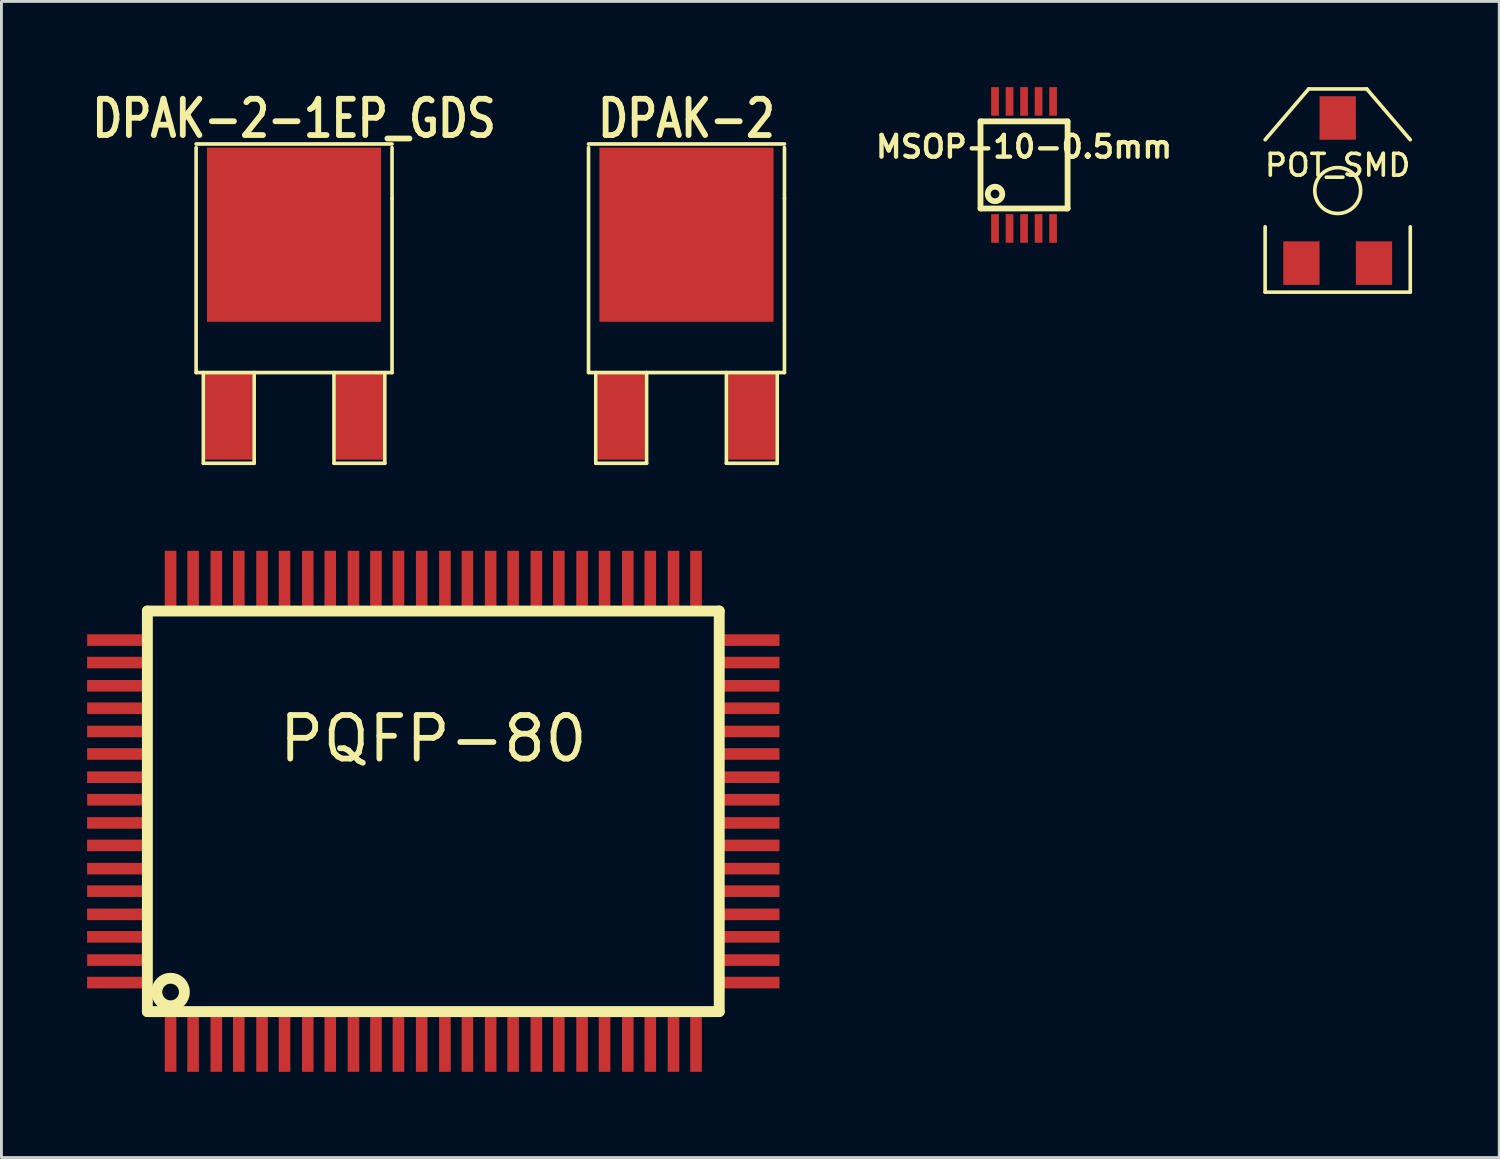
<source format=kicad_pcb>
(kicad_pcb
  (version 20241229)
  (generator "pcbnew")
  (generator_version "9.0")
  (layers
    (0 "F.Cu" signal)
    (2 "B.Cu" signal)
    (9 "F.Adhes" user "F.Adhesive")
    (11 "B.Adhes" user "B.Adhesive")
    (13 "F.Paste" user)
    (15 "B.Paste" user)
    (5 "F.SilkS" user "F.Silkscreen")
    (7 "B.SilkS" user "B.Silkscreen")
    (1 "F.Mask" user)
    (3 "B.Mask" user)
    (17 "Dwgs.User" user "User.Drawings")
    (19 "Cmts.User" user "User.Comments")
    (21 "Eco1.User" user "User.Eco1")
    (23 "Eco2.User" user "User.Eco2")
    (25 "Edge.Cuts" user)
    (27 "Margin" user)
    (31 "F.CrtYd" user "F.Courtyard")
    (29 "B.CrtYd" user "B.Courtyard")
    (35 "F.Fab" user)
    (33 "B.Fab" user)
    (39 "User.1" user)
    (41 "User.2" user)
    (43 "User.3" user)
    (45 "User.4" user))
  (footprint "DPAK-2-1EP_GDS"
    (layer "F.Cu")
    (at 7.243 11.514)
    (property "Reference" "DPAK-2-1EP_GDS" (at 0 -10.414 0) (layer "F.SilkS") (effects (font (size 1.27 1.016) (thickness 0.203))))
    (attr smd)
    (fp_line (start -3.429 -9.525) (end 3.429 -9.525) (stroke (width 0.127) (type solid)) (layer "F.SilkS"))
    (fp_line (start -3.429 -1.524) (end -3.429 -9.398) (stroke (width 0.127) (type solid)) (layer "F.SilkS"))
    (fp_line (start -3.175 -1.524) (end -3.175 1.651) (stroke (width 0.127) (type solid)) (layer "F.SilkS"))
    (fp_line (start -3.175 1.651) (end -1.397 1.651) (stroke (width 0.127) (type solid)) (layer "F.SilkS"))
    (fp_line (start -1.397 1.651) (end -1.397 -1.524) (stroke (width 0.127) (type solid)) (layer "F.SilkS"))
    (fp_line (start 1.397 -1.524) (end 1.397 1.651) (stroke (width 0.127) (type solid)) (layer "F.SilkS"))
    (fp_line (start 1.397 1.651) (end 3.175 1.651) (stroke (width 0.127) (type solid)) (layer "F.SilkS"))
    (fp_line (start 3.175 1.651) (end 3.175 -1.524) (stroke (width 0.127) (type solid)) (layer "F.SilkS"))
    (fp_line (start 3.429 -9.398) (end 3.429 -7.62) (stroke (width 0.127) (type solid)) (layer "F.SilkS"))
    (fp_line (start 3.429 -7.62) (end 3.429 -1.524) (stroke (width 0.127) (type solid)) (layer "F.SilkS"))
    (fp_line (start 3.429 -1.524) (end -3.429 -1.524) (stroke (width 0.127) (type solid)) (layer "F.SilkS"))
    (pad "D" smd rect (at 0 -6.35) (size 6.096 6.096) (layers "F.Cu" "F.Mask" "F.Paste"))
    (pad "G" smd rect (at -2.286 0) (size 1.651 3.048) (layers "F.Cu" "F.Mask" "F.Paste"))
    (pad "S" smd rect (at 2.286 0) (size 1.651 3.048) (layers "F.Cu" "F.Mask" "F.Paste")))
  (footprint "POT_SMD"
    (layer "F.Cu")
    (at 43.771 3.619)
    (property "Reference" "POT_SMD" (at 0 -0.886 0) (layer "F.SilkS") (effects (font (size 0.762 0.762) (thickness 0.127))))
    (attr smd)
    (fp_line (start -2.54 -1.778) (end -1.016 -3.556) (stroke (width 0.127) (type solid)) (layer "F.SilkS"))
    (fp_line (start -2.54 1.27) (end -2.54 3.556) (stroke (width 0.127) (type solid)) (layer "F.SilkS"))
    (fp_line (start -2.54 3.556) (end 2.54 3.556) (stroke (width 0.127) (type solid)) (layer "F.SilkS"))
    (fp_line (start -1.016 -3.556) (end 1.016 -3.556) (stroke (width 0.127) (type solid)) (layer "F.SilkS"))
    (fp_line (start 1.016 -3.556) (end 2.54 -1.778) (stroke (width 0.127) (type solid)) (layer "F.SilkS"))
    (fp_line (start 2.54 3.556) (end 2.54 1.27) (stroke (width 0.127) (type solid)) (layer "F.SilkS"))
    (fp_circle (center 0 0) (end 0.254 -0.762) (stroke (width 0.127) (type solid)) (fill no) (layer "F.SilkS"))
    (pad "1" smd rect (at -1.27 2.54) (size 1.27 1.524) (layers "F.Cu" "F.Mask" "F.Paste"))
    (pad "2" smd rect (at 0 -2.54) (size 1.27 1.524) (layers "F.Cu" "F.Mask" "F.Paste"))
    (pad "3" smd rect (at 1.27 2.54) (size 1.27 1.524) (layers "F.Cu" "F.Mask" "F.Paste")))
  (footprint "PQFP-80"
    (layer "F.Cu")
    (at 12.116 25.347)
    (property "Reference" "PQFP-80" (at 0 -2.54 0) (layer "F.SilkS") (effects (font (size 1.524 1.524) (thickness 0.203))))
    (attr smd)
    (fp_line (start -10.008 -7.01) (end -10.008 7.01) (stroke (width 0.381) (type solid)) (layer "F.SilkS"))
    (fp_line (start -10.008 7.01) (end 10.008 7.01) (stroke (width 0.381) (type solid)) (layer "F.SilkS"))
    (fp_line (start 10.008 -7.01) (end -10.008 -7.01) (stroke (width 0.381) (type solid)) (layer "F.SilkS"))
    (fp_line (start 10.008 7.01) (end 10.008 -7.01) (stroke (width 0.381) (type solid)) (layer "F.SilkS"))
    (fp_circle (center -9.195 6.325) (end -9.195 5.842) (stroke (width 0.381) (type solid)) (fill no) (layer "F.SilkS"))
    (pad "1" smd rect (at -9.195 8.103) (size 0.406 2.032) (layers "F.Cu" "F.Mask" "F.Paste"))
    (pad "2" smd rect (at -8.407 8.103) (size 0.406 2.032) (layers "F.Cu" "F.Mask" "F.Paste"))
    (pad "3" smd rect (at -7.595 8.103) (size 0.406 2.032) (layers "F.Cu" "F.Mask" "F.Paste"))
    (pad "4" smd rect (at -6.807 8.103) (size 0.406 2.032) (layers "F.Cu" "F.Mask" "F.Paste"))
    (pad "5" smd rect (at -5.994 8.103) (size 0.406 2.032) (layers "F.Cu" "F.Mask" "F.Paste"))
    (pad "6" smd rect (at -5.207 8.103) (size 0.406 2.032) (layers "F.Cu" "F.Mask" "F.Paste"))
    (pad "7" smd rect (at -4.394 8.103) (size 0.406 2.032) (layers "F.Cu" "F.Mask" "F.Paste"))
    (pad "8" smd rect (at -3.607 8.103) (size 0.406 2.032) (layers "F.Cu" "F.Mask" "F.Paste"))
    (pad "9" smd rect (at -2.794 8.103) (size 0.406 2.032) (layers "F.Cu" "F.Mask" "F.Paste"))
    (pad "10" smd rect (at -2.007 8.103) (size 0.406 2.032) (layers "F.Cu" "F.Mask" "F.Paste"))
    (pad "11" smd rect (at -1.219 8.103) (size 0.406 2.032) (layers "F.Cu" "F.Mask" "F.Paste"))
    (pad "12" smd rect (at -0.406 8.103) (size 0.406 2.032) (layers "F.Cu" "F.Mask" "F.Paste"))
    (pad "13" smd rect (at 0.406 8.103) (size 0.406 2.032) (layers "F.Cu" "F.Mask" "F.Paste"))
    (pad "14" smd rect (at 1.194 8.103) (size 0.406 2.032) (layers "F.Cu" "F.Mask" "F.Paste"))
    (pad "15" smd rect (at 2.007 8.103) (size 0.406 2.032) (layers "F.Cu" "F.Mask" "F.Paste"))
    (pad "16" smd rect (at 2.794 8.103) (size 0.406 2.032) (layers "F.Cu" "F.Mask" "F.Paste"))
    (pad "17" smd rect (at 3.607 8.103) (size 0.406 2.032) (layers "F.Cu" "F.Mask" "F.Paste"))
    (pad "18" smd rect (at 4.394 8.103) (size 0.406 2.032) (layers "F.Cu" "F.Mask" "F.Paste"))
    (pad "19" smd rect (at 5.207 8.103) (size 0.406 2.032) (layers "F.Cu" "F.Mask" "F.Paste"))
    (pad "20" smd rect (at 5.994 8.103) (size 0.406 2.032) (layers "F.Cu" "F.Mask" "F.Paste"))
    (pad "21" smd rect (at 6.807 8.103) (size 0.406 2.032) (layers "F.Cu" "F.Mask" "F.Paste"))
    (pad "22" smd rect (at 7.595 8.103) (size 0.406 2.032) (layers "F.Cu" "F.Mask" "F.Paste"))
    (pad "23" smd rect (at 8.407 8.103) (size 0.406 2.032) (layers "F.Cu" "F.Mask" "F.Paste"))
    (pad "24" smd rect (at 9.195 8.103) (size 0.406 2.032) (layers "F.Cu" "F.Mask" "F.Paste"))
    (pad "25" smd rect (at 11.1 5.994) (size 2.032 0.406) (layers "F.Cu" "F.Mask" "F.Paste"))
    (pad "26" smd rect (at 11.1 5.207) (size 2.032 0.406) (layers "F.Cu" "F.Mask" "F.Paste"))
    (pad "27" smd rect (at 11.1 4.394) (size 2.032 0.406) (layers "F.Cu" "F.Mask" "F.Paste"))
    (pad "28" smd rect (at 11.1 3.607) (size 2.032 0.406) (layers "F.Cu" "F.Mask" "F.Paste"))
    (pad "29" smd rect (at 11.1 2.794) (size 2.032 0.406) (layers "F.Cu" "F.Mask" "F.Paste"))
    (pad "30" smd rect (at 11.1 2.007) (size 2.032 0.406) (layers "F.Cu" "F.Mask" "F.Paste"))
    (pad "31" smd rect (at 11.1 1.194) (size 2.032 0.406) (layers "F.Cu" "F.Mask" "F.Paste"))
    (pad "32" smd rect (at 11.1 0.406) (size 2.032 0.406) (layers "F.Cu" "F.Mask" "F.Paste"))
    (pad "33" smd rect (at 11.1 -0.406) (size 2.032 0.406) (layers "F.Cu" "F.Mask" "F.Paste"))
    (pad "34" smd rect (at 11.1 -1.194) (size 2.032 0.406) (layers "F.Cu" "F.Mask" "F.Paste"))
    (pad "35" smd rect (at 11.1 -2.007) (size 2.032 0.406) (layers "F.Cu" "F.Mask" "F.Paste"))
    (pad "36" smd rect (at 11.1 -2.794) (size 2.032 0.406) (layers "F.Cu" "F.Mask" "F.Paste"))
    (pad "37" smd rect (at 11.1 -3.607) (size 2.032 0.406) (layers "F.Cu" "F.Mask" "F.Paste"))
    (pad "38" smd rect (at 11.1 -4.394) (size 2.032 0.406) (layers "F.Cu" "F.Mask" "F.Paste"))
    (pad "39" smd rect (at 11.1 -5.207) (size 2.032 0.406) (layers "F.Cu" "F.Mask" "F.Paste"))
    (pad "40" smd rect (at 11.1 -5.994) (size 2.032 0.406) (layers "F.Cu" "F.Mask" "F.Paste"))
    (pad "41" smd rect (at 9.195 -8.103) (size 0.406 2.032) (layers "F.Cu" "F.Mask" "F.Paste"))
    (pad "42" smd rect (at 8.407 -8.103) (size 0.406 2.032) (layers "F.Cu" "F.Mask" "F.Paste"))
    (pad "43" smd rect (at 7.595 -8.103) (size 0.406 2.032) (layers "F.Cu" "F.Mask" "F.Paste"))
    (pad "44" smd rect (at 6.807 -8.103) (size 0.406 2.032) (layers "F.Cu" "F.Mask" "F.Paste"))
    (pad "45" smd rect (at 5.994 -8.103) (size 0.406 2.032) (layers "F.Cu" "F.Mask" "F.Paste"))
    (pad "46" smd rect (at 5.207 -8.103) (size 0.406 2.032) (layers "F.Cu" "F.Mask" "F.Paste"))
    (pad "47" smd rect (at 4.394 -8.103) (size 0.406 2.032) (layers "F.Cu" "F.Mask" "F.Paste"))
    (pad "48" smd rect (at 3.607 -8.103) (size 0.406 2.032) (layers "F.Cu" "F.Mask" "F.Paste"))
    (pad "49" smd rect (at 2.794 -8.103) (size 0.406 2.032) (layers "F.Cu" "F.Mask" "F.Paste"))
    (pad "50" smd rect (at 2.007 -8.103) (size 0.406 2.032) (layers "F.Cu" "F.Mask" "F.Paste"))
    (pad "51" smd rect (at 1.194 -8.103) (size 0.406 2.032) (layers "F.Cu" "F.Mask" "F.Paste"))
    (pad "52" smd rect (at 0.406 -8.103) (size 0.406 2.032) (layers "F.Cu" "F.Mask" "F.Paste"))
    (pad "53" smd rect (at -0.406 -8.103) (size 0.406 2.032) (layers "F.Cu" "F.Mask" "F.Paste"))
    (pad "54" smd rect (at -1.219 -8.103) (size 0.406 2.032) (layers "F.Cu" "F.Mask" "F.Paste"))
    (pad "55" smd rect (at -2.007 -8.103) (size 0.406 2.032) (layers "F.Cu" "F.Mask" "F.Paste"))
    (pad "56" smd rect (at -2.794 -8.103) (size 0.406 2.032) (layers "F.Cu" "F.Mask" "F.Paste"))
    (pad "57" smd rect (at -3.607 -8.103) (size 0.406 2.032) (layers "F.Cu" "F.Mask" "F.Paste"))
    (pad "58" smd rect (at -4.394 -8.103) (size 0.406 2.032) (layers "F.Cu" "F.Mask" "F.Paste"))
    (pad "59" smd rect (at -5.207 -8.103) (size 0.406 2.032) (layers "F.Cu" "F.Mask" "F.Paste"))
    (pad "60" smd rect (at -5.994 -8.103) (size 0.406 2.032) (layers "F.Cu" "F.Mask" "F.Paste"))
    (pad "61" smd rect (at -6.807 -8.103) (size 0.406 2.032) (layers "F.Cu" "F.Mask" "F.Paste"))
    (pad "62" smd rect (at -7.595 -8.103) (size 0.406 2.032) (layers "F.Cu" "F.Mask" "F.Paste"))
    (pad "63" smd rect (at -8.407 -8.103) (size 0.406 2.032) (layers "F.Cu" "F.Mask" "F.Paste"))
    (pad "64" smd rect (at -9.195 -8.103) (size 0.406 2.032) (layers "F.Cu" "F.Mask" "F.Paste"))
    (pad "65" smd rect (at -11.1 -5.994) (size 2.032 0.406) (layers "F.Cu" "F.Mask" "F.Paste"))
    (pad "66" smd rect (at -11.1 -5.207) (size 2.032 0.406) (layers "F.Cu" "F.Mask" "F.Paste"))
    (pad "67" smd rect (at -11.1 -4.394) (size 2.032 0.406) (layers "F.Cu" "F.Mask" "F.Paste"))
    (pad "68" smd rect (at -11.1 -3.607) (size 2.032 0.406) (layers "F.Cu" "F.Mask" "F.Paste"))
    (pad "69" smd rect (at -11.1 -2.794) (size 2.032 0.406) (layers "F.Cu" "F.Mask" "F.Paste"))
    (pad "70" smd rect (at -11.1 -2.007) (size 2.032 0.406) (layers "F.Cu" "F.Mask" "F.Paste"))
    (pad "71" smd rect (at -11.1 -1.194) (size 2.032 0.406) (layers "F.Cu" "F.Mask" "F.Paste"))
    (pad "72" smd rect (at -11.1 -0.406) (size 2.032 0.406) (layers "F.Cu" "F.Mask" "F.Paste"))
    (pad "73" smd rect (at -11.1 0.406) (size 2.032 0.406) (layers "F.Cu" "F.Mask" "F.Paste"))
    (pad "74" smd rect (at -11.1 1.194) (size 2.032 0.406) (layers "F.Cu" "F.Mask" "F.Paste"))
    (pad "75" smd rect (at -11.1 2.007) (size 2.032 0.406) (layers "F.Cu" "F.Mask" "F.Paste"))
    (pad "76" smd rect (at -11.1 2.794) (size 2.032 0.406) (layers "F.Cu" "F.Mask" "F.Paste"))
    (pad "77" smd rect (at -11.1 3.607) (size 2.032 0.406) (layers "F.Cu" "F.Mask" "F.Paste"))
    (pad "78" smd rect (at -11.1 4.394) (size 2.032 0.406) (layers "F.Cu" "F.Mask" "F.Paste"))
    (pad "79" smd rect (at -11.1 5.207) (size 2.032 0.406) (layers "F.Cu" "F.Mask" "F.Paste"))
    (pad "80" smd rect (at -11.1 5.994) (size 2.032 0.406) (layers "F.Cu" "F.Mask" "F.Paste")))
  (footprint "MSOP-10-0.5mm"
    (layer "F.Cu")
    (at 32.793 2.723)
    (property "Reference" "MSOP-10-0.5mm" (at 0 -0.635 0) (layer "F.SilkS") (effects (font (size 0.762 0.762) (thickness 0.152))))
    (attr smd)
    (fp_line (start -1.524 -1.524) (end 1.524 -1.524) (stroke (width 0.203) (type solid)) (layer "F.SilkS"))
    (fp_line (start -1.524 1.524) (end -1.524 -1.524) (stroke (width 0.203) (type solid)) (layer "F.SilkS"))
    (fp_line (start 1.524 -1.524) (end 1.524 1.524) (stroke (width 0.203) (type solid)) (layer "F.SilkS"))
    (fp_line (start 1.524 1.524) (end -1.524 1.524) (stroke (width 0.203) (type solid)) (layer "F.SilkS"))
    (fp_circle (center -1.016 1.016) (end -1.016 0.762) (stroke (width 0.203) (type solid)) (fill no) (layer "F.SilkS"))
    (pad "1" smd rect (at -1.016 2.223) (size 0.269 1.001) (layers "F.Cu" "F.Mask" "F.Paste"))
    (pad "2" smd rect (at -0.508 2.223) (size 0.269 1.001) (layers "F.Cu" "F.Mask" "F.Paste"))
    (pad "3" smd rect (at 0 2.223) (size 0.269 1.001) (layers "F.Cu" "F.Mask" "F.Paste"))
    (pad "4" smd rect (at 0.508 2.223) (size 0.269 1.001) (layers "F.Cu" "F.Mask" "F.Paste"))
    (pad "5" smd rect (at 1.016 2.223) (size 0.269 1.001) (layers "F.Cu" "F.Mask" "F.Paste"))
    (pad "6" smd rect (at 1.016 -2.223) (size 0.269 1.001) (layers "F.Cu" "F.Mask" "F.Paste"))
    (pad "7" smd rect (at 0.508 -2.223) (size 0.269 1.001) (layers "F.Cu" "F.Mask" "F.Paste"))
    (pad "8" smd rect (at 0 -2.223) (size 0.269 1.001) (layers "F.Cu" "F.Mask" "F.Paste"))
    (pad "9" smd rect (at -0.508 -2.223) (size 0.269 1.001) (layers "F.Cu" "F.Mask" "F.Paste"))
    (pad "10" smd rect (at -1.016 -2.223) (size 0.269 1.001) (layers "F.Cu" "F.Mask" "F.Paste")))
  (footprint "DPAK-2"
    (layer "F.Cu")
    (at 20.978 11.514)
    (property "Reference" "DPAK-2" (at 0 -10.414 0) (layer "F.SilkS") (effects (font (size 1.27 1.016) (thickness 0.203))))
    (attr smd)
    (fp_line (start -3.429 -9.525) (end 3.429 -9.525) (stroke (width 0.127) (type solid)) (layer "F.SilkS"))
    (fp_line (start -3.429 -1.524) (end -3.429 -9.398) (stroke (width 0.127) (type solid)) (layer "F.SilkS"))
    (fp_line (start -3.175 -1.524) (end -3.175 1.651) (stroke (width 0.127) (type solid)) (layer "F.SilkS"))
    (fp_line (start -3.175 1.651) (end -1.397 1.651) (stroke (width 0.127) (type solid)) (layer "F.SilkS"))
    (fp_line (start -1.397 1.651) (end -1.397 -1.524) (stroke (width 0.127) (type solid)) (layer "F.SilkS"))
    (fp_line (start 1.397 -1.524) (end 1.397 1.651) (stroke (width 0.127) (type solid)) (layer "F.SilkS"))
    (fp_line (start 1.397 1.651) (end 3.175 1.651) (stroke (width 0.127) (type solid)) (layer "F.SilkS"))
    (fp_line (start 3.175 1.651) (end 3.175 -1.524) (stroke (width 0.127) (type solid)) (layer "F.SilkS"))
    (fp_line (start 3.429 -9.398) (end 3.429 -7.62) (stroke (width 0.127) (type solid)) (layer "F.SilkS"))
    (fp_line (start 3.429 -7.62) (end 3.429 -1.524) (stroke (width 0.127) (type solid)) (layer "F.SilkS"))
    (fp_line (start 3.429 -1.524) (end -3.429 -1.524) (stroke (width 0.127) (type solid)) (layer "F.SilkS"))
    (pad "1" smd rect (at -2.286 0) (size 1.651 3.048) (layers "F.Cu" "F.Mask" "F.Paste"))
    (pad "2" smd rect (at 0 -6.35) (size 6.096 6.096) (layers "F.Cu" "F.Mask" "F.Paste"))
    (pad "3" smd rect (at 2.286 0) (size 1.651 3.048) (layers "F.Cu" "F.Mask" "F.Paste")))
  (gr_rect
    (start -3 -3)
    (end 49.425 37.465)
    (stroke (width 0.1) (type default))
    (fill no)
    (layer "Edge.Cuts")))
</source>
